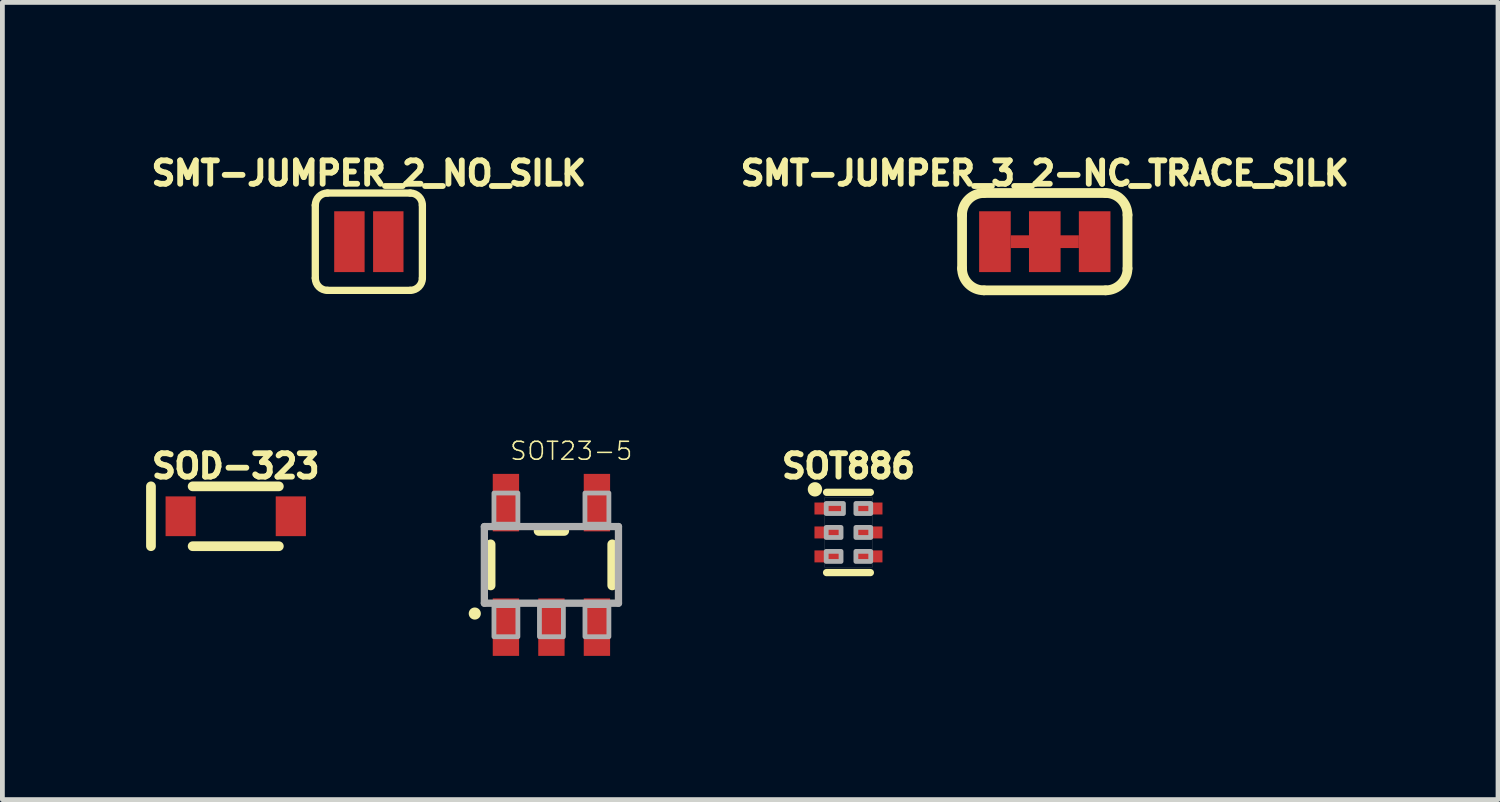
<source format=kicad_pcb>
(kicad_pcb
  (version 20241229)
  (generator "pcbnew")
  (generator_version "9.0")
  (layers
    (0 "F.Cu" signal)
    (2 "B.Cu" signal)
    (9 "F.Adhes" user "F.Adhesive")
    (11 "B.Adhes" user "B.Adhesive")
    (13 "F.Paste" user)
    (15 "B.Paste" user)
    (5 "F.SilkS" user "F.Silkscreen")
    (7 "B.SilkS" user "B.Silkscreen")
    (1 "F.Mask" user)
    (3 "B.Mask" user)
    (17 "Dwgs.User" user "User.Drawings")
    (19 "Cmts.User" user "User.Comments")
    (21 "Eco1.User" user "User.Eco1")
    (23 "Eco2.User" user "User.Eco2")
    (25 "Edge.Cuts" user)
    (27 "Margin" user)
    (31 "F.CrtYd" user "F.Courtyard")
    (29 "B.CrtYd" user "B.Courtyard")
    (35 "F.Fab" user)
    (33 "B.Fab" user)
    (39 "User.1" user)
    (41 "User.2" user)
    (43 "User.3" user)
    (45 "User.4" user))
  (footprint "SOT886"
    (layer "F.Cu")
    (at 14.665 8.067)
    (property "Reference" "SOT886" (at 0 -1.1 0) (layer "F.SilkS") (effects (font (size 0.488 0.488) (thickness 0.122)) (justify bottom)))
    (fp_line (start -0.457 -0.838) (end 0.457 -0.838) (stroke (width 0.152) (type solid)) (layer "F.SilkS"))
    (fp_line (start -0.457 0.838) (end 0.457 0.838) (stroke (width 0.152) (type solid)) (layer "F.SilkS"))
    (fp_circle (center -0.7 -0.9) (end -0.625 -0.9) (stroke (width 0.15) (type solid)) (fill yes) (layer "F.SilkS"))
    (fp_line (start -0.5 -0.725) (end 0.5 -0.725) (stroke (width 0.003) (type solid)) (layer "F.Fab"))
    (fp_line (start -0.5 0.725) (end -0.5 -0.725) (stroke (width 0.003) (type solid)) (layer "F.Fab"))
    (fp_line (start 0.5 -0.725) (end 0.5 0.725) (stroke (width 0.003) (type solid)) (layer "F.Fab"))
    (fp_line (start 0.5 0.725) (end -0.5 0.725) (stroke (width 0.003) (type solid)) (layer "F.Fab"))
    (fp_poly (pts (xy -0.465 -0.395) (xy -0.105 -0.395) (xy -0.105 -0.605) (xy -0.465 -0.605)) (stroke (width 0.1) (type default)) (fill no) (layer "F.Fab"))
    (fp_poly (pts (xy -0.465 0.105) (xy -0.155 0.105) (xy -0.155 -0.105) (xy -0.465 -0.105)) (stroke (width 0.1) (type default)) (fill no) (layer "F.Fab"))
    (fp_poly (pts (xy -0.465 0.605) (xy -0.155 0.605) (xy -0.155 0.395) (xy -0.465 0.395)) (stroke (width 0.1) (type default)) (fill no) (layer "F.Fab"))
    (fp_poly (pts (xy 0.465 -0.605) (xy 0.155 -0.605) (xy 0.155 -0.395) (xy 0.465 -0.395)) (stroke (width 0.1) (type default)) (fill no) (layer "F.Fab"))
    (fp_poly (pts (xy 0.465 -0.105) (xy 0.155 -0.105) (xy 0.155 0.105) (xy 0.465 0.105)) (stroke (width 0.1) (type default)) (fill no) (layer "F.Fab"))
    (fp_poly (pts (xy 0.465 0.395) (xy 0.155 0.395) (xy 0.155 0.605) (xy 0.465 0.605)) (stroke (width 0.1) (type default)) (fill no) (layer "F.Fab"))
    (pad "1" smd rect (at -0.405 -0.5) (size 0.61 0.25) (layers "F.Cu" "F.Mask" "F.Paste"))
    (pad "2" smd rect (at -0.43 0) (size 0.56 0.25) (layers "F.Cu" "F.Mask" "F.Paste"))
    (pad "3" smd rect (at -0.43 0.5) (size 0.56 0.25) (layers "F.Cu" "F.Mask" "F.Paste"))
    (pad "4" smd rect (at 0.43 0.5 180) (size 0.56 0.25) (layers "F.Cu" "F.Mask" "F.Paste"))
    (pad "5" smd rect (at 0.43 0 180) (size 0.56 0.25) (layers "F.Cu" "F.Mask" "F.Paste"))
    (pad "6" smd rect (at 0.43 -0.5 180) (size 0.56 0.25) (layers "F.Cu" "F.Mask" "F.Paste")))
  (footprint "SMT-JUMPER_3_2-NC_TRACE_SILK"
    (layer "F.Cu")
    (at 18.764 1.996)
    (property "Reference" "SMT-JUMPER_3_2-NC_TRACE_SILK" (at 0 -1.143 0) (layer "F.SilkS") (effects (font (size 0.488 0.488) (thickness 0.122)) (justify bottom)))
    (fp_poly (pts (xy 0.711 0.133) (xy -0.711 0.133) (xy -0.711 -0.133) (xy 0.711 -0.133)) (stroke (width 0) (type default)) (fill yes) (layer "F.Cu"))
    (fp_poly (pts (xy -0.254 0.191) (xy -0.762 0.191) (xy -0.762 -0.191) (xy -0.254 -0.191)) (stroke (width 0) (type default)) (fill yes) (layer "F.Mask"))
    (fp_poly (pts (xy 0.762 0.191) (xy 0.254 0.191) (xy 0.254 -0.191) (xy 0.762 -0.191)) (stroke (width 0) (type default)) (fill yes) (layer "F.Mask"))
    (fp_line (start -1.727 0.559) (end -1.727 -0.559) (stroke (width 0.203) (type solid)) (layer "F.SilkS"))
    (fp_line (start -1.27 -1.016) (end 1.27 -1.016) (stroke (width 0.203) (type solid)) (layer "F.SilkS"))
    (fp_line (start 1.27 1.016) (end -1.27 1.016) (stroke (width 0.203) (type solid)) (layer "F.SilkS"))
    (fp_line (start 1.727 0.559) (end 1.727 -0.559) (stroke (width 0.203) (type solid)) (layer "F.SilkS"))
    (fp_arc (start -1.7272 -0.5588) (mid -1.593289 -0.882089) (end -1.27 -1.016) (stroke (width 0.2032) (type solid)) (layer "F.SilkS"))
    (fp_arc (start -1.27 1.016) (mid -1.593289 0.882089) (end -1.7272 0.5588) (stroke (width 0.2032) (type solid)) (layer "F.SilkS"))
    (fp_arc (start 1.27 -1.016) (mid 1.593289 -0.882089) (end 1.7272 -0.5588) (stroke (width 0.2032) (type solid)) (layer "F.SilkS"))
    (fp_arc (start 1.7272 0.5588) (mid 1.593289 0.882089) (end 1.27 1.016) (stroke (width 0.2032) (type solid)) (layer "F.SilkS"))
    (pad "1" smd rect (at -1.041 0) (size 0.66 1.27) (layers "F.Cu" "F.Mask"))
    (pad "2" smd rect (at 0 0) (size 0.66 1.27) (layers "F.Cu" "F.Mask"))
    (pad "3" smd rect (at 1.041 0) (size 0.66 1.27) (layers "F.Cu" "F.Mask")))
  (footprint "SMT-JUMPER_2_NO_SILK"
    (layer "F.Cu")
    (at 4.651 1.996)
    (property "Reference" "SMT-JUMPER_2_NO_SILK" (at 0 -1.143 0) (layer "F.SilkS") (effects (font (size 0.488 0.488) (thickness 0.122)) (justify bottom)))
    (fp_line (start -1.118 0.762) (end -1.118 -0.762) (stroke (width 0.152) (type solid)) (layer "F.SilkS"))
    (fp_line (start -0.864 -1.016) (end 0.864 -1.016) (stroke (width 0.152) (type solid)) (layer "F.SilkS"))
    (fp_line (start 0.864 1.016) (end -0.864 1.016) (stroke (width 0.152) (type solid)) (layer "F.SilkS"))
    (fp_line (start 1.118 0.762) (end 1.118 -0.762) (stroke (width 0.152) (type solid)) (layer "F.SilkS"))
    (fp_arc (start -1.1176 -0.762) (mid -1.043205 -0.941605) (end -0.8636 -1.016) (stroke (width 0.1524) (type solid)) (layer "F.SilkS"))
    (fp_arc (start -0.8636 1.016) (mid -1.043205 0.941605) (end -1.1176 0.762) (stroke (width 0.1524) (type solid)) (layer "F.SilkS"))
    (fp_arc (start 0.8636 -1.016) (mid 1.043205 -0.941605) (end 1.1176 -0.762) (stroke (width 0.1524) (type solid)) (layer "F.SilkS"))
    (fp_arc (start 1.1176 0.762) (mid 1.043205 0.941605) (end 0.8636 1.016) (stroke (width 0.1524) (type solid)) (layer "F.SilkS"))
    (pad "1" smd rect (at -0.406 0) (size 0.635 1.27) (layers "F.Cu" "F.Mask"))
    (pad "2" smd rect (at 0.406 0) (size 0.635 1.27) (layers "F.Cu" "F.Mask")))
  (footprint "SOT23-5"
    (layer "F.Cu")
    (at 8.463 8.744)
    (property "Reference" "SOT23-5" (at -0.889 -2.159 0) (layer "F.SilkS") (effects (font (size 0.374 0.374) (thickness 0.033)) (justify left bottom)))
    (fp_line (start -1.27 0.429) (end -1.27 -0.429) (stroke (width 0.203) (type solid)) (layer "F.SilkS"))
    (fp_line (start -0.268 -0.709) (end 0.268 -0.709) (stroke (width 0.203) (type solid)) (layer "F.SilkS"))
    (fp_line (start 1.27 -0.429) (end 1.27 0.429) (stroke (width 0.203) (type solid)) (layer "F.SilkS"))
    (fp_circle (center -1.6 1.016) (end -1.537 1.016) (stroke (width 0.127) (type solid)) (fill yes) (layer "F.SilkS"))
    (fp_line (start -1.4 -0.8) (end -1.4 0.8) (stroke (width 0.152) (type solid)) (layer "F.Fab"))
    (fp_line (start -1.4 -0.8) (end 1.4 -0.8) (stroke (width 0.152) (type solid)) (layer "F.Fab"))
    (fp_line (start 1.4 -0.8) (end 1.4 0.8) (stroke (width 0.152) (type solid)) (layer "F.Fab"))
    (fp_line (start 1.4 0.8) (end -1.4 0.8) (stroke (width 0.152) (type solid)) (layer "F.Fab"))
    (fp_poly (pts (xy -1.2 -0.85) (xy -0.7 -0.85) (xy -0.7 -1.5) (xy -1.2 -1.5)) (stroke (width 0.1) (type default)) (fill no) (layer "F.Fab"))
    (fp_poly (pts (xy -1.2 1.5) (xy -0.7 1.5) (xy -0.7 0.85) (xy -1.2 0.85)) (stroke (width 0.1) (type default)) (fill no) (layer "F.Fab"))
    (fp_poly (pts (xy -0.25 1.5) (xy 0.25 1.5) (xy 0.25 0.85) (xy -0.25 0.85)) (stroke (width 0.1) (type default)) (fill no) (layer "F.Fab"))
    (fp_poly (pts (xy 0.7 -0.85) (xy 1.2 -0.85) (xy 1.2 -1.5) (xy 0.7 -1.5)) (stroke (width 0.1) (type default)) (fill no) (layer "F.Fab"))
    (fp_poly (pts (xy 0.7 1.5) (xy 1.2 1.5) (xy 1.2 0.85) (xy 0.7 0.85)) (stroke (width 0.1) (type default)) (fill no) (layer "F.Fab"))
    (pad "1" smd rect (at -0.95 1.3) (size 0.55 1.2) (layers "F.Cu" "F.Mask" "F.Paste"))
    (pad "2" smd rect (at 0 1.3) (size 0.55 1.2) (layers "F.Cu" "F.Mask" "F.Paste"))
    (pad "3" smd rect (at 0.95 1.3) (size 0.55 1.2) (layers "F.Cu" "F.Mask" "F.Paste"))
    (pad "4" smd rect (at 0.95 -1.3) (size 0.55 1.2) (layers "F.Cu" "F.Mask" "F.Paste"))
    (pad "5" smd rect (at -0.95 -1.3) (size 0.55 1.2) (layers "F.Cu" "F.Mask" "F.Paste")))
  (footprint "SOD-323"
    (layer "F.Cu")
    (at 1.872 7.729)
    (property "Reference" "SOD-323" (at 0 -0.762 0) (layer "F.SilkS") (effects (font (size 0.488 0.488) (thickness 0.122)) (justify bottom)))
    (fp_line (start -1.77 -0.625) (end -1.77 0.625) (stroke (width 0.203) (type solid)) (layer "F.SilkS"))
    (fp_line (start -0.9 -0.625) (end 0.9 -0.625) (stroke (width 0.203) (type solid)) (layer "F.SilkS"))
    (fp_line (start -0.9 0.625) (end 0.9 0.625) (stroke (width 0.203) (type solid)) (layer "F.SilkS"))
    (pad "A" smd rect (at 1.15 0) (size 0.63 0.83) (layers "F.Cu" "F.Mask" "F.Paste"))
    (pad "C" smd rect (at -1.15 0) (size 0.63 0.83) (layers "F.Cu" "F.Mask" "F.Paste")))
  (gr_rect
    (start -3 -3)
    (end 28.227 13.645)
    (stroke (width 0.1) (type default))
    (fill no)
    (layer "Edge.Cuts")))
</source>
